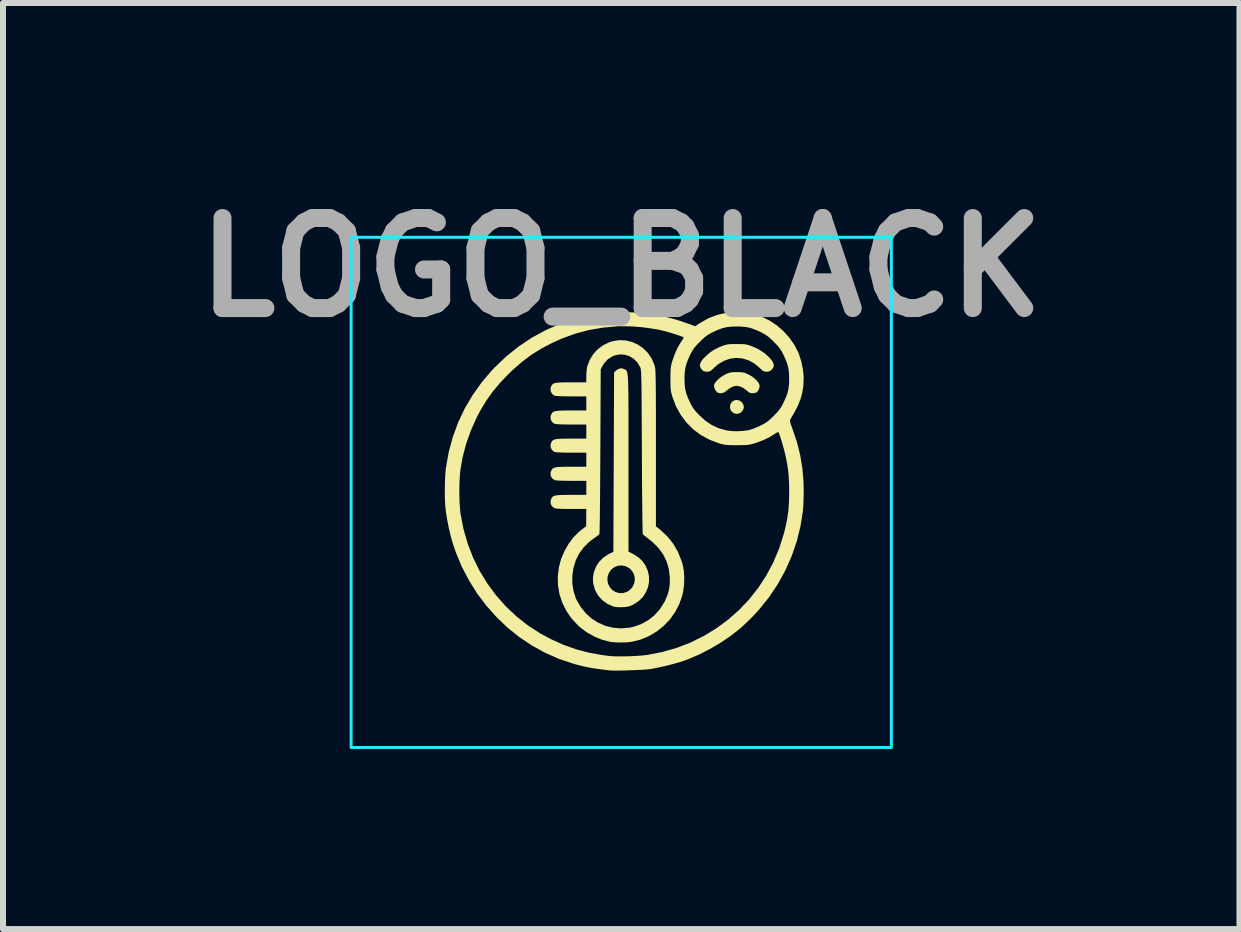
<source format=kicad_pcb>
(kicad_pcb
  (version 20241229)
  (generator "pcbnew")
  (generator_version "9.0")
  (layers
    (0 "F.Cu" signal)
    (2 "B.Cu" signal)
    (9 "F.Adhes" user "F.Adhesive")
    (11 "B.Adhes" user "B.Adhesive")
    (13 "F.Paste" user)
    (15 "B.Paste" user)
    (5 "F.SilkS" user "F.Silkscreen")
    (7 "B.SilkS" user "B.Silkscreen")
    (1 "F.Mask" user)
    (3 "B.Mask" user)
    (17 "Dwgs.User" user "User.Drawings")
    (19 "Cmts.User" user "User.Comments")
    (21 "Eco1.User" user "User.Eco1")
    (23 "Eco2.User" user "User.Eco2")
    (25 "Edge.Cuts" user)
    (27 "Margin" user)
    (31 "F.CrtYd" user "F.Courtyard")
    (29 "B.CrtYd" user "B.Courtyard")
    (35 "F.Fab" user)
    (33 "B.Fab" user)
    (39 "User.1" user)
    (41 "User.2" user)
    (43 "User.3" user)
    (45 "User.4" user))
  (footprint "LOGO_BLACK"
    (layer "F.Cu")
    (at 7.3 5.404)
    (property "Reference" "LOGO_BLACK" (at 0 -4 0) (layer "F.Fab") (effects (font (size 1.5 1.5) (thickness 0.3))))
    (attr board_only exclude_from_pos_files exclude_from_bom)
    (fp_poly (pts (xy 1.971 -1.781) (xy 2.009 -1.753) (xy 2.035 -1.713) (xy 2.043 -1.675) (xy 2.033 -1.629) (xy 2.006 -1.592) (xy 1.968 -1.567) (xy 1.924 -1.558) (xy 1.879 -1.568) (xy 1.873 -1.571) (xy 1.836 -1.602) (xy 1.815 -1.642) (xy 1.812 -1.685) (xy 1.823 -1.727) (xy 1.848 -1.762) (xy 1.886 -1.785) (xy 1.926 -1.791)) (stroke (width 0) (type solid)) (fill yes) (layer "F.SilkS"))
    (fp_poly (pts (xy 1.981 -2.254) (xy 2.022 -2.25) (xy 2.055 -2.243) (xy 2.09 -2.229) (xy 2.116 -2.217) (xy 2.172 -2.186) (xy 2.223 -2.147) (xy 2.265 -2.106) (xy 2.294 -2.066) (xy 2.304 -2.041) (xy 2.303 -1.998) (xy 2.286 -1.954) (xy 2.26 -1.92) (xy 2.235 -1.909) (xy 2.199 -1.903) (xy 2.189 -1.903) (xy 2.158 -1.905) (xy 2.131 -1.916) (xy 2.101 -1.939) (xy 2.087 -1.952) (xy 2.025 -1.996) (xy 1.959 -2.021) (xy 1.917 -2.026) (xy 1.871 -2.017) (xy 1.82 -1.993) (xy 1.772 -1.959) (xy 1.761 -1.949) (xy 1.714 -1.915) (xy 1.665 -1.901) (xy 1.619 -1.907) (xy 1.609 -1.911) (xy 1.579 -1.938) (xy 1.556 -1.978) (xy 1.546 -2.021) (xy 1.547 -2.041) (xy 1.564 -2.077) (xy 1.597 -2.117) (xy 1.642 -2.158) (xy 1.695 -2.195) (xy 1.736 -2.217) (xy 1.776 -2.235) (xy 1.81 -2.246) (xy 1.845 -2.252) (xy 1.89 -2.254) (xy 1.926 -2.254)) (stroke (width 0) (type solid)) (fill yes) (layer "F.SilkS"))
    (fp_poly (pts (xy 1.986 -2.722) (xy 2.035 -2.72) (xy 2.074 -2.716) (xy 2.11 -2.708) (xy 2.148 -2.696) (xy 2.164 -2.691) (xy 2.281 -2.639) (xy 2.386 -2.571) (xy 2.456 -2.509) (xy 2.505 -2.455) (xy 2.533 -2.41) (xy 2.542 -2.369) (xy 2.537 -2.339) (xy 2.509 -2.294) (xy 2.467 -2.267) (xy 2.422 -2.26) (xy 2.395 -2.262) (xy 2.373 -2.269) (xy 2.35 -2.284) (xy 2.32 -2.312) (xy 2.301 -2.33) (xy 2.213 -2.402) (xy 2.117 -2.453) (xy 2.017 -2.483) (xy 1.915 -2.491) (xy 1.812 -2.478) (xy 1.713 -2.443) (xy 1.618 -2.388) (xy 1.55 -2.33) (xy 1.514 -2.295) (xy 1.488 -2.275) (xy 1.466 -2.264) (xy 1.442 -2.261) (xy 1.429 -2.26) (xy 1.382 -2.267) (xy 1.353 -2.285) (xy 1.321 -2.324) (xy 1.31 -2.366) (xy 1.32 -2.41) (xy 1.351 -2.46) (xy 1.396 -2.508) (xy 1.471 -2.575) (xy 1.545 -2.626) (xy 1.626 -2.667) (xy 1.672 -2.686) (xy 1.714 -2.701) (xy 1.749 -2.711) (xy 1.783 -2.717) (xy 1.824 -2.721) (xy 1.878 -2.722) (xy 1.92 -2.722)) (stroke (width 0) (type solid)) (fill yes) (layer "F.SilkS"))
    (fp_poly (pts (xy 0.056 -2.303) (xy 0.061 -2.3) (xy 0.07 -2.294) (xy 0.077 -2.288) (xy 0.084 -2.282) (xy 0.09 -2.273) (xy 0.096 -2.261) (xy 0.101 -2.244) (xy 0.105 -2.222) (xy 0.108 -2.192) (xy 0.111 -2.155) (xy 0.114 -2.108) (xy 0.116 -2.05) (xy 0.117 -1.98) (xy 0.119 -1.897) (xy 0.119 -1.8) (xy 0.12 -1.687) (xy 0.121 -1.558) (xy 0.121 -1.411) (xy 0.121 -1.244) (xy 0.121 -1.057) (xy 0.121 -0.849) (xy 0.121 -0.733) (xy 0.121 0.737) (xy 0.197 0.775) (xy 0.285 0.83) (xy 0.356 0.897) (xy 0.408 0.975) (xy 0.444 1.06) (xy 0.462 1.149) (xy 0.463 1.24) (xy 0.446 1.329) (xy 0.411 1.414) (xy 0.36 1.493) (xy 0.29 1.561) (xy 0.204 1.617) (xy 0.198 1.62) (xy 0.154 1.64) (xy 0.114 1.652) (xy 0.07 1.659) (xy 0.019 1.662) (xy -0.053 1.662) (xy -0.11 1.656) (xy -0.131 1.651) (xy -0.232 1.606) (xy -0.317 1.544) (xy -0.385 1.468) (xy -0.435 1.378) (xy -0.465 1.276) (xy -0.467 1.27) (xy -0.471 1.198) (xy -0.231 1.198) (xy -0.221 1.267) (xy -0.192 1.327) (xy -0.15 1.375) (xy -0.096 1.409) (xy -0.036 1.427) (xy 0.029 1.427) (xy 0.093 1.408) (xy 0.127 1.388) (xy 0.179 1.338) (xy 0.212 1.279) (xy 0.226 1.215) (xy 0.222 1.149) (xy 0.199 1.087) (xy 0.158 1.032) (xy 0.131 1.01) (xy 0.069 0.978) (xy 0.004 0.966) (xy -0.06 0.973) (xy -0.118 0.997) (xy -0.168 1.037) (xy -0.205 1.09) (xy -0.227 1.154) (xy -0.231 1.198) (xy -0.471 1.198) (xy -0.472 1.174) (xy -0.456 1.079) (xy -0.421 0.988) (xy -0.368 0.906) (xy -0.299 0.836) (xy -0.216 0.781) (xy -0.202 0.774) (xy -0.131 0.74) (xy -0.125 -0.755) (xy -0.119 -2.25) (xy -0.081 -2.285) (xy -0.036 -2.312) (xy 0.011 -2.318)) (stroke (width 0) (type solid)) (fill yes) (layer "F.SilkS"))
    (fp_poly (pts (xy 0.075 -2.782) (xy 0.179 -2.757) (xy 0.277 -2.713) (xy 0.365 -2.652) (xy 0.442 -2.576) (xy 0.504 -2.486) (xy 0.549 -2.384) (xy 0.56 -2.348) (xy 0.563 -2.334) (xy 0.565 -2.317) (xy 0.568 -2.294) (xy 0.57 -2.264) (xy 0.571 -2.226) (xy 0.573 -2.178) (xy 0.574 -2.119) (xy 0.575 -2.049) (xy 0.576 -1.964) (xy 0.577 -1.865) (xy 0.577 -1.75) (xy 0.578 -1.618) (xy 0.578 -1.467) (xy 0.578 -1.295) (xy 0.578 -1.102) (xy 0.578 -0.982) (xy 0.578 0.315) (xy 0.657 0.378) (xy 0.771 0.485) (xy 0.867 0.606) (xy 0.945 0.741) (xy 1.005 0.892) (xy 1.025 0.96) (xy 1.043 1.058) (xy 1.05 1.168) (xy 1.047 1.283) (xy 1.033 1.393) (xy 1.02 1.456) (xy 0.97 1.604) (xy 0.901 1.739) (xy 0.812 1.864) (xy 0.708 1.973) (xy 0.592 2.066) (xy 0.463 2.143) (xy 0.325 2.201) (xy 0.184 2.237) (xy 0.168 2.24) (xy 0.099 2.247) (xy 0.018 2.25) (xy -0.067 2.249) (xy -0.145 2.244) (xy -0.183 2.239) (xy -0.315 2.206) (xy -0.446 2.153) (xy -0.571 2.083) (xy -0.686 1.997) (xy -0.719 1.967) (xy -0.828 1.849) (xy -0.916 1.722) (xy -0.983 1.585) (xy -1.03 1.442) (xy -1.054 1.294) (xy -1.057 1.143) (xy -1.056 1.136) (xy -0.815 1.136) (xy -0.815 1.266) (xy -0.795 1.392) (xy -0.757 1.512) (xy -0.746 1.537) (xy -0.676 1.658) (xy -0.591 1.763) (xy -0.493 1.851) (xy -0.383 1.921) (xy -0.263 1.973) (xy -0.137 2.004) (xy -0.005 2.015) (xy 0.13 2.004) (xy 0.204 1.989) (xy 0.332 1.944) (xy 0.45 1.879) (xy 0.555 1.795) (xy 0.645 1.694) (xy 0.719 1.577) (xy 0.731 1.553) (xy 0.773 1.454) (xy 0.799 1.355) (xy 0.81 1.251) (xy 0.809 1.162) (xy 0.793 1.026) (xy 0.756 0.899) (xy 0.698 0.782) (xy 0.618 0.673) (xy 0.517 0.573) (xy 0.453 0.522) (xy 0.414 0.492) (xy 0.382 0.466) (xy 0.362 0.449) (xy 0.359 0.445) (xy 0.358 0.431) (xy 0.356 0.396) (xy 0.355 0.34) (xy 0.354 0.265) (xy 0.352 0.173) (xy 0.351 0.064) (xy 0.35 -0.059) (xy 0.348 -0.195) (xy 0.347 -0.343) (xy 0.346 -0.501) (xy 0.345 -0.667) (xy 0.344 -0.841) (xy 0.344 -0.93) (xy 0.343 -1.137) (xy 0.342 -1.322) (xy 0.341 -1.486) (xy 0.34 -1.631) (xy 0.34 -1.758) (xy 0.339 -1.867) (xy 0.338 -1.961) (xy 0.337 -2.041) (xy 0.336 -2.107) (xy 0.334 -2.162) (xy 0.333 -2.207) (xy 0.331 -2.243) (xy 0.329 -2.27) (xy 0.327 -2.292) (xy 0.325 -2.308) (xy 0.322 -2.32) (xy 0.319 -2.33) (xy 0.315 -2.338) (xy 0.313 -2.343) (xy 0.266 -2.419) (xy 0.206 -2.478) (xy 0.134 -2.521) (xy 0.055 -2.545) (xy -0.027 -2.549) (xy -0.11 -2.532) (xy -0.151 -2.515) (xy -0.223 -2.468) (xy -0.281 -2.406) (xy -0.316 -2.351) (xy -0.342 -2.301) (xy -0.348 -0.936) (xy -0.349 -0.759) (xy -0.35 -0.588) (xy -0.351 -0.425) (xy -0.352 -0.272) (xy -0.353 -0.129) (xy -0.355 0.001) (xy -0.356 0.117) (xy -0.357 0.219) (xy -0.359 0.303) (xy -0.36 0.369) (xy -0.362 0.415) (xy -0.363 0.441) (xy -0.364 0.445) (xy -0.377 0.458) (xy -0.406 0.48) (xy -0.443 0.506) (xy -0.454 0.513) (xy -0.542 0.581) (xy -0.625 0.665) (xy -0.693 0.756) (xy -0.703 0.772) (xy -0.759 0.885) (xy -0.796 1.008) (xy -0.815 1.136) (xy -1.056 1.136) (xy -1.037 0.991) (xy -1.003 0.863) (xy -0.948 0.731) (xy -0.877 0.606) (xy -0.793 0.495) (xy -0.697 0.4) (xy -0.666 0.375) (xy -0.584 0.313) (xy -0.583 0.169) (xy -0.582 0.025) (xy -0.835 0.025) (xy -0.932 0.025) (xy -1.01 0.023) (xy -1.067 0.02) (xy -1.103 0.015) (xy -1.114 0.012) (xy -1.155 -0.02) (xy -1.176 -0.063) (xy -1.177 -0.112) (xy -1.163 -0.149) (xy -1.152 -0.167) (xy -1.138 -0.182) (xy -1.117 -0.192) (xy -1.088 -0.2) (xy -1.047 -0.205) (xy -0.991 -0.208) (xy -0.917 -0.209) (xy -0.834 -0.209) (xy -0.582 -0.209) (xy -0.582 -0.326) (xy -0.582 -0.443) (xy -0.835 -0.443) (xy -0.932 -0.444) (xy -1.01 -0.446) (xy -1.067 -0.449) (xy -1.103 -0.453) (xy -1.114 -0.457) (xy -1.155 -0.489) (xy -1.176 -0.532) (xy -1.177 -0.581) (xy -1.163 -0.618) (xy -1.152 -0.636) (xy -1.138 -0.651) (xy -1.117 -0.661) (xy -1.088 -0.669) (xy -1.047 -0.674) (xy -0.991 -0.676) (xy -0.917 -0.678) (xy -0.834 -0.678) (xy -0.582 -0.678) (xy -0.582 -0.795) (xy -0.582 -0.912) (xy -0.835 -0.912) (xy -0.932 -0.913) (xy -1.01 -0.915) (xy -1.067 -0.918) (xy -1.103 -0.922) (xy -1.114 -0.925) (xy -1.155 -0.958) (xy -1.176 -1.001) (xy -1.177 -1.05) (xy -1.163 -1.086) (xy -1.152 -1.105) (xy -1.138 -1.119) (xy -1.117 -1.13) (xy -1.088 -1.138) (xy -1.047 -1.142) (xy -0.991 -1.145) (xy -0.917 -1.146) (xy -0.834 -1.147) (xy -0.582 -1.147) (xy -0.582 -1.264) (xy -0.582 -1.381) (xy -0.835 -1.381) (xy -0.932 -1.382) (xy -1.01 -1.384) (xy -1.067 -1.387) (xy -1.103 -1.391) (xy -1.114 -1.394) (xy -1.155 -1.427) (xy -1.176 -1.47) (xy -1.177 -1.519) (xy -1.163 -1.555) (xy -1.152 -1.574) (xy -1.138 -1.588) (xy -1.117 -1.599) (xy -1.088 -1.606) (xy -1.047 -1.611) (xy -0.991 -1.614) (xy -0.917 -1.615) (xy -0.834 -1.616) (xy -0.582 -1.616) (xy -0.582 -1.733) (xy -0.582 -1.85) (xy -0.835 -1.85) (xy -0.932 -1.851) (xy -1.01 -1.853) (xy -1.067 -1.856) (xy -1.103 -1.86) (xy -1.114 -1.863) (xy -1.155 -1.896) (xy -1.176 -1.939) (xy -1.177 -1.989) (xy -1.166 -2.02) (xy -1.155 -2.04) (xy -1.141 -2.055) (xy -1.121 -2.067) (xy -1.092 -2.075) (xy -1.051 -2.08) (xy -0.995 -2.083) (xy -0.921 -2.084) (xy -0.835 -2.084) (xy -0.582 -2.084) (xy -0.582 -2.187) (xy -0.58 -2.243) (xy -0.575 -2.298) (xy -0.568 -2.341) (xy -0.566 -2.348) (xy -0.526 -2.457) (xy -0.466 -2.555) (xy -0.389 -2.638) (xy -0.297 -2.705) (xy -0.192 -2.754) (xy -0.142 -2.77) (xy -0.033 -2.787)) (stroke (width 0) (type solid)) (fill yes) (layer "F.SilkS"))
    (fp_poly (pts (xy 2.062 -3.247) (xy 2.22 -3.216) (xy 2.342 -3.176) (xy 2.469 -3.115) (xy 2.59 -3.035) (xy 2.702 -2.938) (xy 2.801 -2.828) (xy 2.885 -2.708) (xy 2.95 -2.583) (xy 2.959 -2.559) (xy 2.999 -2.436) (xy 3.026 -2.308) (xy 3.039 -2.183) (xy 3.039 -2.149) (xy 3.034 -2.028) (xy 3.017 -1.915) (xy 2.987 -1.804) (xy 2.942 -1.693) (xy 2.881 -1.575) (xy 2.818 -1.47) (xy 2.812 -1.457) (xy 2.811 -1.441) (xy 2.815 -1.418) (xy 2.826 -1.382) (xy 2.845 -1.33) (xy 2.85 -1.316) (xy 2.926 -1.093) (xy 2.981 -0.874) (xy 3.018 -0.654) (xy 3.037 -0.426) (xy 3.04 -0.275) (xy 3.039 -0.196) (xy 3.037 -0.115) (xy 3.034 -0.039) (xy 3.03 0.024) (xy 3.027 0.055) (xy 2.987 0.311) (xy 2.925 0.563) (xy 2.841 0.808) (xy 2.735 1.046) (xy 2.61 1.275) (xy 2.465 1.492) (xy 2.301 1.697) (xy 2.204 1.803) (xy 2.148 1.859) (xy 2.086 1.919) (xy 2.026 1.976) (xy 1.973 2.023) (xy 1.961 2.033) (xy 1.812 2.148) (xy 1.647 2.259) (xy 1.471 2.362) (xy 1.292 2.453) (xy 1.117 2.528) (xy 1.076 2.543) (xy 0.981 2.575) (xy 0.87 2.607) (xy 0.752 2.638) (xy 0.635 2.664) (xy 0.526 2.686) (xy 0.484 2.693) (xy 0.438 2.698) (xy 0.375 2.703) (xy 0.299 2.707) (xy 0.215 2.711) (xy 0.127 2.714) (xy 0.039 2.717) (xy -0.042 2.718) (xy -0.114 2.718) (xy -0.171 2.717) (xy -0.207 2.714) (xy -0.326 2.699) (xy -0.427 2.685) (xy -0.516 2.671) (xy -0.597 2.655) (xy -0.676 2.636) (xy -0.758 2.615) (xy -0.799 2.603) (xy -1.039 2.523) (xy -1.269 2.421) (xy -1.489 2.3) (xy -1.698 2.16) (xy -1.895 2.002) (xy -2.078 1.827) (xy -2.247 1.637) (xy -2.401 1.433) (xy -2.537 1.215) (xy -2.657 0.986) (xy -2.757 0.745) (xy -2.814 0.574) (xy -2.844 0.465) (xy -2.873 0.341) (xy -2.898 0.214) (xy -2.918 0.091) (xy -2.927 0.025) (xy -2.934 -0.054) (xy -2.938 -0.151) (xy -2.939 -0.212) (xy -2.697 -0.212) (xy -2.694 -0.095) (xy -2.687 0.012) (xy -2.678 0.103) (xy -2.677 0.108) (xy -2.629 0.358) (xy -2.559 0.599) (xy -2.47 0.832) (xy -2.361 1.054) (xy -2.233 1.264) (xy -2.087 1.462) (xy -1.925 1.646) (xy -1.747 1.814) (xy -1.554 1.966) (xy -1.346 2.101) (xy -1.174 2.193) (xy -0.964 2.288) (xy -0.755 2.363) (xy -0.544 2.419) (xy -0.322 2.459) (xy -0.196 2.475) (xy -0.129 2.48) (xy -0.045 2.482) (xy 0.05 2.481) (xy 0.149 2.479) (xy 0.247 2.474) (xy 0.338 2.468) (xy 0.415 2.46) (xy 0.437 2.457) (xy 0.687 2.408) (xy 0.928 2.339) (xy 1.159 2.249) (xy 1.38 2.139) (xy 1.588 2.012) (xy 1.784 1.867) (xy 1.966 1.706) (xy 2.133 1.53) (xy 2.284 1.338) (xy 2.417 1.134) (xy 2.533 0.916) (xy 2.63 0.687) (xy 2.706 0.448) (xy 2.717 0.408) (xy 2.746 0.282) (xy 2.769 0.167) (xy 2.784 0.056) (xy 2.793 -0.06) (xy 2.797 -0.187) (xy 2.798 -0.268) (xy 2.796 -0.403) (xy 2.79 -0.523) (xy 2.778 -0.635) (xy 2.761 -0.745) (xy 2.737 -0.862) (xy 2.728 -0.901) (xy 2.714 -0.957) (xy 2.697 -1.019) (xy 2.679 -1.082) (xy 2.661 -1.141) (xy 2.644 -1.192) (xy 2.63 -1.231) (xy 2.62 -1.253) (xy 2.619 -1.255) (xy 2.606 -1.253) (xy 2.58 -1.24) (xy 2.553 -1.222) (xy 2.468 -1.169) (xy 2.366 -1.121) (xy 2.254 -1.079) (xy 2.225 -1.069) (xy 2.183 -1.057) (xy 2.147 -1.048) (xy 2.11 -1.043) (xy 2.069 -1.039) (xy 2.016 -1.038) (xy 1.946 -1.037) (xy 1.926 -1.037) (xy 1.852 -1.037) (xy 1.795 -1.039) (xy 1.751 -1.042) (xy 1.714 -1.047) (xy 1.678 -1.055) (xy 1.637 -1.066) (xy 1.627 -1.069) (xy 1.47 -1.128) (xy 1.327 -1.206) (xy 1.199 -1.301) (xy 1.087 -1.414) (xy 0.991 -1.542) (xy 0.912 -1.684) (xy 0.853 -1.841) (xy 0.852 -1.844) (xy 0.84 -1.886) (xy 0.831 -1.923) (xy 0.825 -1.959) (xy 0.822 -2.001) (xy 0.82 -2.054) (xy 0.82 -2.124) (xy 0.82 -2.143) (xy 1.054 -2.143) (xy 1.057 -2.051) (xy 1.066 -1.971) (xy 1.085 -1.896) (xy 1.114 -1.818) (xy 1.148 -1.745) (xy 1.176 -1.691) (xy 1.203 -1.648) (xy 1.233 -1.608) (xy 1.274 -1.564) (xy 1.31 -1.527) (xy 1.408 -1.44) (xy 1.508 -1.373) (xy 1.615 -1.323) (xy 1.736 -1.288) (xy 1.768 -1.281) (xy 1.842 -1.272) (xy 1.929 -1.269) (xy 2.019 -1.274) (xy 2.102 -1.284) (xy 2.143 -1.293) (xy 2.185 -1.306) (xy 2.238 -1.327) (xy 2.296 -1.352) (xy 2.324 -1.366) (xy 2.378 -1.393) (xy 2.421 -1.42) (xy 2.462 -1.451) (xy 2.507 -1.492) (xy 2.542 -1.527) (xy 2.592 -1.578) (xy 2.629 -1.621) (xy 2.658 -1.662) (xy 2.685 -1.708) (xy 2.703 -1.745) (xy 2.743 -1.832) (xy 2.771 -1.909) (xy 2.788 -1.984) (xy 2.796 -2.065) (xy 2.798 -2.143) (xy 2.795 -2.236) (xy 2.786 -2.315) (xy 2.767 -2.39) (xy 2.737 -2.468) (xy 2.703 -2.542) (xy 2.676 -2.595) (xy 2.649 -2.639) (xy 2.618 -2.679) (xy 2.577 -2.724) (xy 2.542 -2.759) (xy 2.491 -2.809) (xy 2.448 -2.846) (xy 2.407 -2.875) (xy 2.361 -2.902) (xy 2.324 -2.921) (xy 2.237 -2.96) (xy 2.16 -2.988) (xy 2.085 -3.005) (xy 2.004 -3.013) (xy 1.926 -3.015) (xy 1.833 -3.012) (xy 1.754 -3.003) (xy 1.679 -2.984) (xy 1.601 -2.955) (xy 1.527 -2.921) (xy 1.474 -2.893) (xy 1.431 -2.866) (xy 1.39 -2.835) (xy 1.345 -2.794) (xy 1.31 -2.759) (xy 1.26 -2.708) (xy 1.223 -2.666) (xy 1.194 -2.625) (xy 1.167 -2.578) (xy 1.148 -2.542) (xy 1.109 -2.454) (xy 1.081 -2.377) (xy 1.064 -2.302) (xy 1.056 -2.221) (xy 1.054 -2.143) (xy 0.82 -2.143) (xy 0.82 -2.217) (xy 0.822 -2.274) (xy 0.824 -2.318) (xy 0.83 -2.355) (xy 0.837 -2.391) (xy 0.849 -2.431) (xy 0.852 -2.442) (xy 0.892 -2.555) (xy 0.939 -2.66) (xy 0.991 -2.75) (xy 1.005 -2.77) (xy 1.025 -2.801) (xy 1.037 -2.826) (xy 1.038 -2.836) (xy 1.023 -2.842) (xy 0.991 -2.854) (xy 0.946 -2.87) (xy 0.893 -2.887) (xy 0.837 -2.905) (xy 0.782 -2.921) (xy 0.742 -2.933) (xy 0.628 -2.96) (xy 0.498 -2.982) (xy 0.359 -3.001) (xy 0.218 -3.013) (xy 0.082 -3.019) (xy -0.042 -3.018) (xy -0.058 -3.018) (xy -0.302 -2.996) (xy -0.536 -2.956) (xy -0.762 -2.896) (xy -0.986 -2.815) (xy -1.163 -2.735) (xy -1.339 -2.642) (xy -1.501 -2.54) (xy -1.655 -2.424) (xy -1.807 -2.291) (xy -1.858 -2.243) (xy -2.007 -2.089) (xy -2.137 -1.935) (xy -2.251 -1.775) (xy -2.352 -1.606) (xy -2.411 -1.493) (xy -2.508 -1.274) (xy -2.585 -1.056) (xy -2.643 -0.835) (xy -2.676 -0.647) (xy -2.687 -0.556) (xy -2.693 -0.449) (xy -2.697 -0.332) (xy -2.697 -0.212) (xy -2.939 -0.212) (xy -2.939 -0.257) (xy -2.938 -0.368) (xy -2.935 -0.475) (xy -2.93 -0.573) (xy -2.922 -0.655) (xy -2.921 -0.66) (xy -2.875 -0.919) (xy -2.807 -1.171) (xy -2.718 -1.414) (xy -2.607 -1.649) (xy -2.475 -1.873) (xy -2.323 -2.086) (xy -2.151 -2.288) (xy -2.112 -2.329) (xy -1.916 -2.516) (xy -1.708 -2.682) (xy -1.488 -2.829) (xy -1.257 -2.954) (xy -1.016 -3.06) (xy -0.763 -3.144) (xy -0.501 -3.207) (xy -0.371 -3.23) (xy -0.299 -3.238) (xy -0.208 -3.245) (xy -0.106 -3.249) (xy 0.004 -3.251) (xy 0.116 -3.251) (xy 0.224 -3.248) (xy 0.324 -3.244) (xy 0.411 -3.237) (xy 0.47 -3.23) (xy 0.706 -3.184) (xy 0.932 -3.124) (xy 1.158 -3.046) (xy 1.177 -3.039) (xy 1.231 -3.018) (xy 1.314 -3.073) (xy 1.451 -3.151) (xy 1.597 -3.207) (xy 1.749 -3.242) (xy 1.905 -3.255)) (stroke (width 0) (type solid)) (fill yes) (layer "F.SilkS"))
    (fp_rect (start -4.5 -4.5) (end 4.5 4) (stroke (width 0.05) (type default)) (fill no) (layer "B.CrtYd")))
  (gr_rect
    (start -3 -3)
    (end 17.6 12.429)
    (stroke (width 0.1) (type default))
    (fill no)
    (layer "Edge.Cuts")))
</source>
